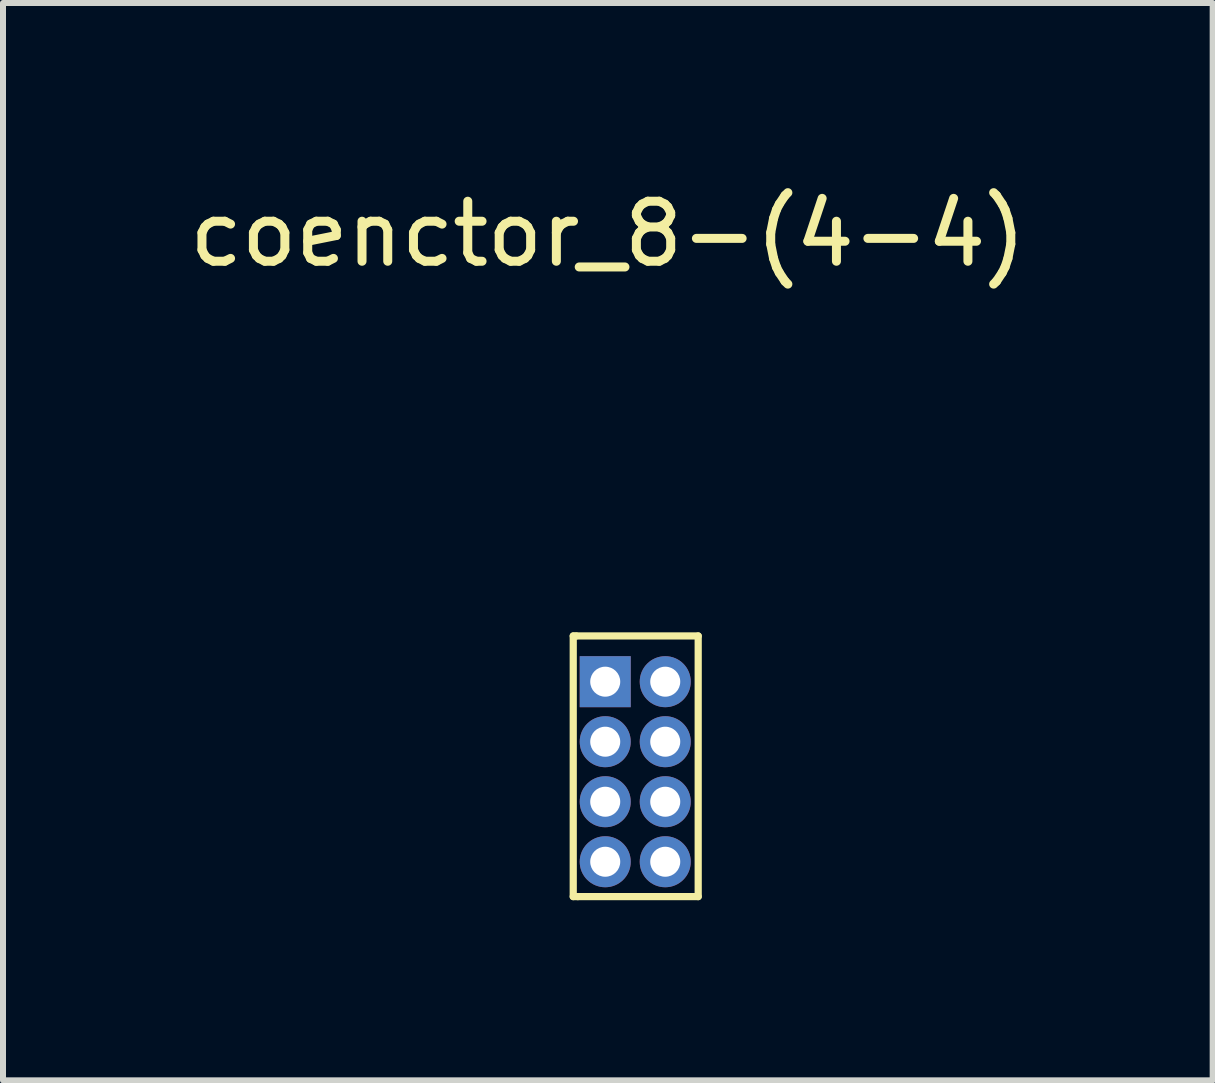
<source format=kicad_pcb>
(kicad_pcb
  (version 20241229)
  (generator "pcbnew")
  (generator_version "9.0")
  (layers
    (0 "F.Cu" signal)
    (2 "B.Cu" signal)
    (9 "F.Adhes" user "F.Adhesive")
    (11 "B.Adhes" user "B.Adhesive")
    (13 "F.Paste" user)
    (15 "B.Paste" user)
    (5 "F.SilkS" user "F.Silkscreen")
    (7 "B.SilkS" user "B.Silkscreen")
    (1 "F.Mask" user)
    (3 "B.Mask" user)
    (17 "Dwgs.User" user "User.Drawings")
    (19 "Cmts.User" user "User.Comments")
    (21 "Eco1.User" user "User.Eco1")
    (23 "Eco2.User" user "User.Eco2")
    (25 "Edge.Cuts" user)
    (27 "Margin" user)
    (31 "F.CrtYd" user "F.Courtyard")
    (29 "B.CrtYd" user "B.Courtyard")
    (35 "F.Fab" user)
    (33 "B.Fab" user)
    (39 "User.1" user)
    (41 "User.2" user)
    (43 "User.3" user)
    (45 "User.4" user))
  (footprint "coenctor_8-(4-4)"
    (layer "F.Cu")
    (at 7.034 8.308)
    (property "Reference" "coenctor_8-(4-4)" (at 0.043 -7.46 0) (layer "F.SilkS") (effects (font (size 1 1) (thickness 0.15))))
    (attr through_hole)
    (fp_line (start -0.533 -0.762) (end -0.483 -0.762) (stroke (width 0.12) (type solid)) (layer "F.SilkS"))
    (fp_line (start -0.533 3.581) (end -0.533 -0.762) (stroke (width 0.12) (type solid)) (layer "F.SilkS"))
    (fp_line (start -0.483 -0.762) (end 1.549 -0.762) (stroke (width 0.12) (type solid)) (layer "F.SilkS"))
    (fp_line (start -0.457 3.581) (end -0.533 3.581) (stroke (width 0.12) (type solid)) (layer "F.SilkS"))
    (fp_line (start 1.549 -0.762) (end 1.549 3.581) (stroke (width 0.12) (type solid)) (layer "F.SilkS"))
    (fp_line (start 1.549 3.581) (end -0.457 3.581) (stroke (width 0.12) (type solid)) (layer "F.SilkS"))
    (pad "1" thru_hole rect (at 0 0 90) (size 0.85 0.85) (drill 0.5) (layers "*.Cu" "*.Mask"))
    (pad "2" thru_hole oval (at 0 1 90) (size 0.85 0.85) (drill 0.5) (layers "*.Cu" "*.Mask"))
    (pad "3" thru_hole oval (at 0 2 90) (size 0.85 0.85) (drill 0.5) (layers "*.Cu" "*.Mask"))
    (pad "4" thru_hole oval (at 0 3 90) (size 0.85 0.85) (drill 0.5) (layers "*.Cu" "*.Mask"))
    (pad "5" thru_hole oval (at 1 0 90) (size 0.85 0.85) (drill 0.5) (layers "*.Cu" "*.Mask"))
    (pad "6" thru_hole oval (at 1 1 90) (size 0.85 0.85) (drill 0.5) (layers "*.Cu" "*.Mask"))
    (pad "7" thru_hole oval (at 1 2 90) (size 0.85 0.85) (drill 0.5) (layers "*.Cu" "*.Mask"))
    (pad "8" thru_hole oval (at 1 3 90) (size 0.85 0.85) (drill 0.5) (layers "*.Cu" "*.Mask")))
  (gr_rect
    (start -3 -3)
    (end 17.155 14.95)
    (stroke (width 0.1) (type default))
    (fill no)
    (layer "Edge.Cuts")))
</source>
